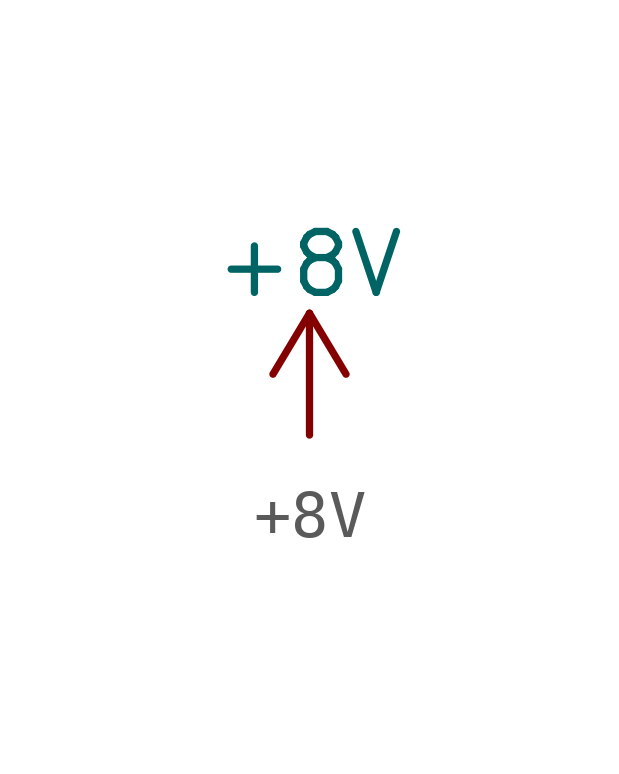
<source format=kicad_sym>
(kicad_symbol_lib
  (version 20201005)
  (generator kicad_symbol_editor)
  (symbol "+8V"
    (power)
    (pin_names
      (offset 0))
    (property "Reference" "#PWR"
      (at 0 -3.81 0)
      (effects (font (size 1.27 1.27)) hide))
    (property "Value" "+8V"
      (at 0 3.556 0)
      (effects (font (size 1.27 1.27))))
    (symbol "+8V_0_1"
      (polyline (pts (xy -0.762 1.27) (xy 0 2.54)) (stroke (width 0)) (fill (type none)))
      (polyline (pts (xy 0 0) (xy 0 2.54)) (stroke (width 0)) (fill (type none)))
      (polyline (pts (xy 0 2.54) (xy 0.762 1.27)) (stroke (width 0)) (fill (type none))))
    (symbol "+8V_1_1"
      (pin power_in line (at 0 0 90) (length 0) hide (name "+8V" (effects (font (size 1.27 1.27)))) (number "1" (effects (font (size 1.27 1.27))))))))
</source>
